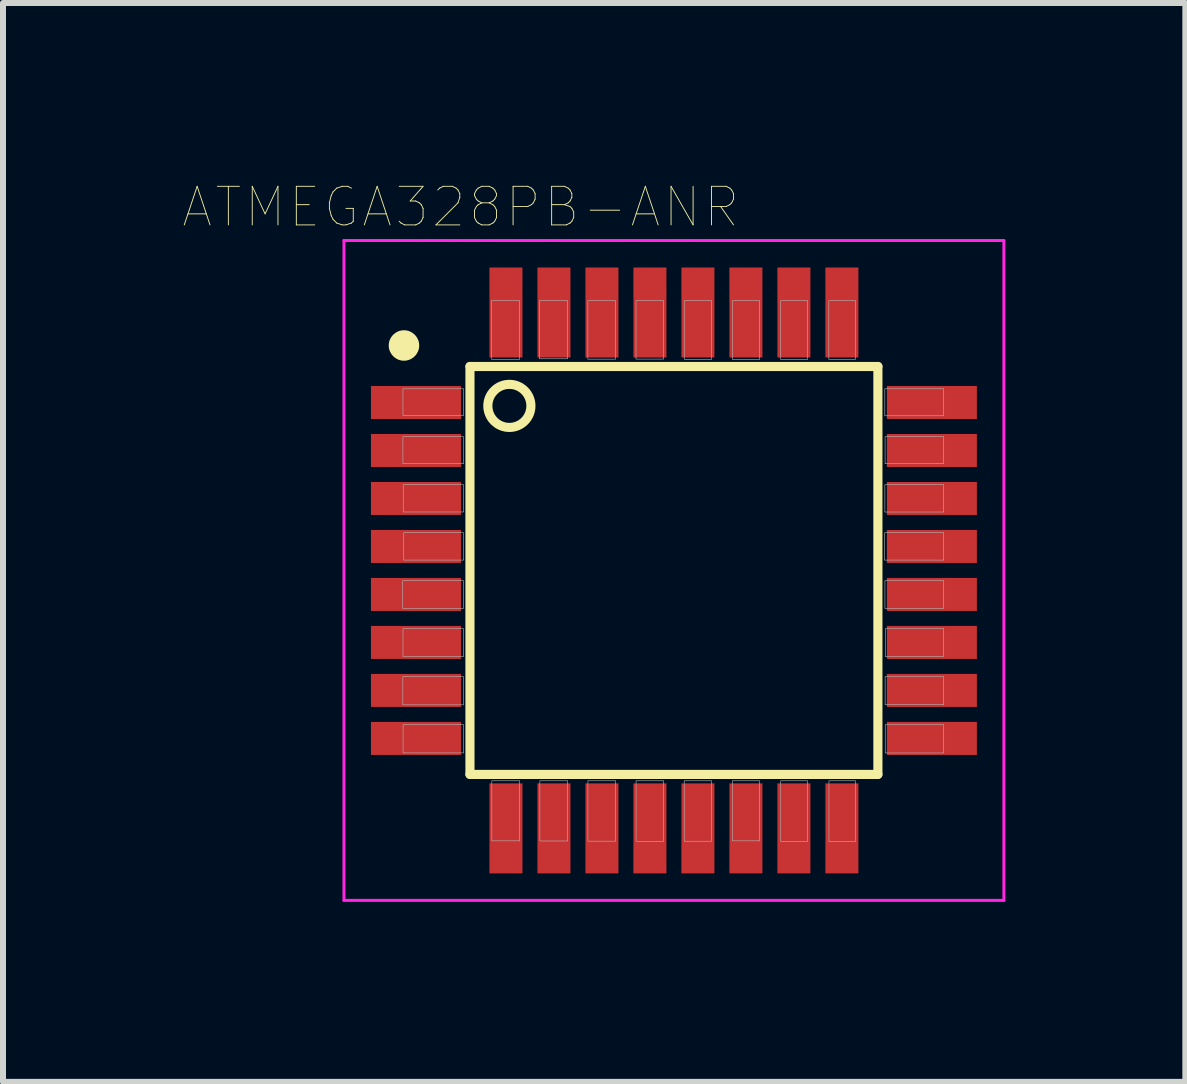
<source format=kicad_pcb>
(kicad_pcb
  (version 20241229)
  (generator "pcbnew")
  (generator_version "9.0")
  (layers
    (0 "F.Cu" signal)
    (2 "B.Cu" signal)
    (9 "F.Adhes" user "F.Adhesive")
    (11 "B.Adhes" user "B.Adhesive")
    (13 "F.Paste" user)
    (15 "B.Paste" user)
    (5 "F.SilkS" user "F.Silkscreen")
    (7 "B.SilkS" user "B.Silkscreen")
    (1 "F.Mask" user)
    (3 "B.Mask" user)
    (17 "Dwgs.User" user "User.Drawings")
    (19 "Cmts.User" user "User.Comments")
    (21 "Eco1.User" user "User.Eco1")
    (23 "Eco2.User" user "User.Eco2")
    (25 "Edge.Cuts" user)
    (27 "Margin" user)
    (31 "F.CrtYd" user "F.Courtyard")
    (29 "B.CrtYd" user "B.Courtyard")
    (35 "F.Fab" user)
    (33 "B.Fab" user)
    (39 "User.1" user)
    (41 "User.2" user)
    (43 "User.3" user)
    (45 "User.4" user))
  (footprint "ATMEGA328PB-ANR"
    (layer "F.Cu")
    (at 8.184 6.459)
    (property "Reference" "ATMEGA328PB-ANR" (at -3.554 -6.057 0) (layer "F.SilkS") (effects (font (size 0.643 0.643) (thickness 0.015))))
    (attr through_hole)
    (fp_line (start -3.4 -3.4) (end 3.4 -3.4) (stroke (width 0.152) (type solid)) (layer "F.SilkS"))
    (fp_line (start -3.4 3.4) (end -3.4 -3.4) (stroke (width 0.152) (type solid)) (layer "F.SilkS"))
    (fp_line (start 3.4 -3.4) (end 3.4 3.4) (stroke (width 0.152) (type solid)) (layer "F.SilkS"))
    (fp_line (start 3.4 3.4) (end -3.4 3.4) (stroke (width 0.152) (type solid)) (layer "F.SilkS"))
    (fp_circle (center -4.5 -3.75) (end -4.246 -3.75) (stroke (width 0) (type solid)) (fill yes) (layer "F.SilkS"))
    (fp_circle (center -2.743 -2.743) (end -2.384 -2.743) (stroke (width 0.152) (type solid)) (fill no) (layer "F.SilkS"))
    (fp_line (start -5.5 -5.5) (end -5.5 5.5) (stroke (width 0.05) (type solid)) (layer "F.CrtYd"))
    (fp_line (start -5.5 5.5) (end 5.5 5.5) (stroke (width 0.05) (type solid)) (layer "F.CrtYd"))
    (fp_line (start 5.5 -5.5) (end -5.5 -5.5) (stroke (width 0.05) (type solid)) (layer "F.CrtYd"))
    (fp_line (start 5.5 5.5) (end 5.5 -5.5) (stroke (width 0.05) (type solid)) (layer "F.CrtYd"))
    (fp_poly (pts (xy -4.522 0.171) (xy -3.506 0.171) (xy -3.506 0.632) (xy -4.522 0.632)) (stroke (width 0.01) (type solid)) (fill no) (layer "F.Fab"))
    (fp_poly (pts (xy -4.519 1.771) (xy -3.506 1.771) (xy -3.506 2.24) (xy -4.519 2.24)) (stroke (width 0.01) (type solid)) (fill no) (layer "F.Fab"))
    (fp_poly (pts (xy -4.518 -2.229) (xy -3.506 -2.229) (xy -3.506 -1.78) (xy -4.518 -1.78)) (stroke (width 0.01) (type solid)) (fill no) (layer "F.Fab"))
    (fp_poly (pts (xy -4.517 -3.029) (xy -3.506 -3.029) (xy -3.506 -2.583) (xy -4.517 -2.583)) (stroke (width 0.01) (type solid)) (fill no) (layer "F.Fab"))
    (fp_poly (pts (xy -4.516 0.971) (xy -3.506 0.971) (xy -3.506 1.435) (xy -4.516 1.435)) (stroke (width 0.01) (type solid)) (fill no) (layer "F.Fab"))
    (fp_poly (pts (xy -4.515 2.571) (xy -3.506 2.571) (xy -3.506 3.041) (xy -4.515 3.041)) (stroke (width 0.01) (type solid)) (fill no) (layer "F.Fab"))
    (fp_poly (pts (xy -4.512 -1.429) (xy -3.506 -1.429) (xy -3.506 -0.975) (xy -4.512 -0.975)) (stroke (width 0.01) (type solid)) (fill no) (layer "F.Fab"))
    (fp_poly (pts (xy -4.504 -0.629) (xy -3.506 -0.629) (xy -3.506 -0.172) (xy -4.504 -0.172)) (stroke (width 0.01) (type solid)) (fill no) (layer "F.Fab"))
    (fp_poly (pts (xy -3.041 -4.497) (xy -2.571 -4.497) (xy -2.571 -3.52) (xy -3.041 -3.52)) (stroke (width 0.01) (type solid)) (fill no) (layer "F.Fab"))
    (fp_poly (pts (xy -3.036 3.506) (xy -2.571 3.506) (xy -2.571 4.507) (xy -3.036 4.507)) (stroke (width 0.01) (type solid)) (fill no) (layer "F.Fab"))
    (fp_poly (pts (xy -2.243 -4.497) (xy -1.771 -4.497) (xy -1.771 -3.529) (xy -2.243 -3.529)) (stroke (width 0.01) (type solid)) (fill no) (layer "F.Fab"))
    (fp_poly (pts (xy -2.235 3.506) (xy -1.771 3.506) (xy -1.771 4.51) (xy -2.235 4.51)) (stroke (width 0.01) (type solid)) (fill no) (layer "F.Fab"))
    (fp_poly (pts (xy -1.435 -4.497) (xy -0.971 -4.497) (xy -0.971 -3.522) (xy -1.435 -3.522)) (stroke (width 0.01) (type solid)) (fill no) (layer "F.Fab"))
    (fp_poly (pts (xy -1.434 3.506) (xy -0.971 3.506) (xy -0.971 4.513) (xy -1.434 4.513)) (stroke (width 0.01) (type solid)) (fill no) (layer "F.Fab"))
    (fp_poly (pts (xy -0.632 -4.497) (xy -0.171 -4.497) (xy -0.171 -3.523) (xy -0.632 -3.523)) (stroke (width 0.01) (type solid)) (fill no) (layer "F.Fab"))
    (fp_poly (pts (xy -0.631 3.506) (xy -0.171 3.506) (xy -0.171 4.515) (xy -0.631 4.515)) (stroke (width 0.01) (type solid)) (fill no) (layer "F.Fab"))
    (fp_poly (pts (xy 0.172 -4.497) (xy 0.629 -4.497) (xy 0.629 -3.52) (xy 0.172 -3.52)) (stroke (width 0.01) (type solid)) (fill no) (layer "F.Fab"))
    (fp_poly (pts (xy 0.172 3.506) (xy 0.629 3.506) (xy 0.629 4.514) (xy 0.172 4.514)) (stroke (width 0.01) (type solid)) (fill no) (layer "F.Fab"))
    (fp_poly (pts (xy 0.974 3.506) (xy 1.429 3.506) (xy 1.429 4.507) (xy 0.974 4.507)) (stroke (width 0.01) (type solid)) (fill no) (layer "F.Fab"))
    (fp_poly (pts (xy 0.974 -4.497) (xy 1.429 -4.497) (xy 1.429 -3.517) (xy 0.974 -3.517)) (stroke (width 0.01) (type solid)) (fill no) (layer "F.Fab"))
    (fp_poly (pts (xy 1.777 -4.497) (xy 2.229 -4.497) (xy 2.229 -3.518) (xy 1.777 -3.518)) (stroke (width 0.01) (type solid)) (fill no) (layer "F.Fab"))
    (fp_poly (pts (xy 1.78 3.506) (xy 2.229 3.506) (xy 2.229 4.518) (xy 1.78 4.518)) (stroke (width 0.01) (type solid)) (fill no) (layer "F.Fab"))
    (fp_poly (pts (xy 2.582 -4.497) (xy 3.029 -4.497) (xy 3.029 -3.52) (xy 2.582 -3.52)) (stroke (width 0.01) (type solid)) (fill no) (layer "F.Fab"))
    (fp_poly (pts (xy 2.584 3.506) (xy 3.029 3.506) (xy 3.029 4.518) (xy 2.584 4.518)) (stroke (width 0.01) (type solid)) (fill no) (layer "F.Fab"))
    (fp_poly (pts (xy 3.512 -0.629) (xy 4.497 -0.629) (xy 4.497 -0.172) (xy 3.512 -0.172)) (stroke (width 0.01) (type solid)) (fill no) (layer "F.Fab"))
    (fp_poly (pts (xy 3.515 -3.029) (xy 4.497 -3.029) (xy 4.497 -2.578) (xy 3.515 -2.578)) (stroke (width 0.01) (type solid)) (fill no) (layer "F.Fab"))
    (fp_poly (pts (xy 3.516 -1.429) (xy 4.497 -1.429) (xy 4.497 -0.974) (xy 3.516 -0.974)) (stroke (width 0.01) (type solid)) (fill no) (layer "F.Fab"))
    (fp_poly (pts (xy 3.517 0.171) (xy 4.497 0.171) (xy 4.497 0.631) (xy 3.517 0.631)) (stroke (width 0.01) (type solid)) (fill no) (layer "F.Fab"))
    (fp_poly (pts (xy 3.52 -2.229) (xy 4.497 -2.229) (xy 4.497 -1.779) (xy 3.52 -1.779)) (stroke (width 0.01) (type solid)) (fill no) (layer "F.Fab"))
    (fp_poly (pts (xy 3.521 1.771) (xy 4.497 1.771) (xy 4.497 2.238) (xy 3.521 2.238)) (stroke (width 0.01) (type solid)) (fill no) (layer "F.Fab"))
    (fp_poly (pts (xy 3.523 2.571) (xy 4.497 2.571) (xy 4.497 3.043) (xy 3.523 3.043)) (stroke (width 0.01) (type solid)) (fill no) (layer "F.Fab"))
    (fp_poly (pts (xy 3.524 0.971) (xy 4.497 0.971) (xy 4.497 1.436) (xy 3.524 1.436)) (stroke (width 0.01) (type solid)) (fill no) (layer "F.Fab"))
    (pad "1" smd rect (at -4.3 -2.8) (size 1.5 0.55) (layers "F.Cu" "F.Mask" "F.Paste"))
    (pad "2" smd rect (at -4.3 -2) (size 1.5 0.55) (layers "F.Cu" "F.Mask" "F.Paste"))
    (pad "3" smd rect (at -4.3 -1.2) (size 1.5 0.55) (layers "F.Cu" "F.Mask" "F.Paste"))
    (pad "4" smd rect (at -4.3 -0.4) (size 1.5 0.55) (layers "F.Cu" "F.Mask" "F.Paste"))
    (pad "5" smd rect (at -4.3 0.4) (size 1.5 0.55) (layers "F.Cu" "F.Mask" "F.Paste"))
    (pad "6" smd rect (at -4.3 1.2) (size 1.5 0.55) (layers "F.Cu" "F.Mask" "F.Paste"))
    (pad "7" smd rect (at -4.3 2) (size 1.5 0.55) (layers "F.Cu" "F.Mask" "F.Paste"))
    (pad "8" smd rect (at -4.3 2.8) (size 1.5 0.55) (layers "F.Cu" "F.Mask" "F.Paste"))
    (pad "9" smd rect (at -2.8 4.3) (size 0.55 1.5) (layers "F.Cu" "F.Mask" "F.Paste"))
    (pad "10" smd rect (at -2 4.3) (size 0.55 1.5) (layers "F.Cu" "F.Mask" "F.Paste"))
    (pad "11" smd rect (at -1.2 4.3) (size 0.55 1.5) (layers "F.Cu" "F.Mask" "F.Paste"))
    (pad "12" smd rect (at -0.4 4.3) (size 0.55 1.5) (layers "F.Cu" "F.Mask" "F.Paste"))
    (pad "13" smd rect (at 0.4 4.3) (size 0.55 1.5) (layers "F.Cu" "F.Mask" "F.Paste"))
    (pad "14" smd rect (at 1.2 4.3) (size 0.55 1.5) (layers "F.Cu" "F.Mask" "F.Paste"))
    (pad "15" smd rect (at 2 4.3) (size 0.55 1.5) (layers "F.Cu" "F.Mask" "F.Paste"))
    (pad "16" smd rect (at 2.8 4.3) (size 0.55 1.5) (layers "F.Cu" "F.Mask" "F.Paste"))
    (pad "17" smd rect (at 4.3 2.8) (size 1.5 0.55) (layers "F.Cu" "F.Mask" "F.Paste"))
    (pad "18" smd rect (at 4.3 2) (size 1.5 0.55) (layers "F.Cu" "F.Mask" "F.Paste"))
    (pad "19" smd rect (at 4.3 1.2) (size 1.5 0.55) (layers "F.Cu" "F.Mask" "F.Paste"))
    (pad "20" smd rect (at 4.3 0.4) (size 1.5 0.55) (layers "F.Cu" "F.Mask" "F.Paste"))
    (pad "21" smd rect (at 4.3 -0.4) (size 1.5 0.55) (layers "F.Cu" "F.Mask" "F.Paste"))
    (pad "22" smd rect (at 4.3 -1.2) (size 1.5 0.55) (layers "F.Cu" "F.Mask" "F.Paste"))
    (pad "23" smd rect (at 4.3 -2) (size 1.5 0.55) (layers "F.Cu" "F.Mask" "F.Paste"))
    (pad "24" smd rect (at 4.3 -2.8) (size 1.5 0.55) (layers "F.Cu" "F.Mask" "F.Paste"))
    (pad "25" smd rect (at 2.8 -4.3) (size 0.55 1.5) (layers "F.Cu" "F.Mask" "F.Paste"))
    (pad "26" smd rect (at 2 -4.3) (size 0.55 1.5) (layers "F.Cu" "F.Mask" "F.Paste"))
    (pad "27" smd rect (at 1.2 -4.3) (size 0.55 1.5) (layers "F.Cu" "F.Mask" "F.Paste"))
    (pad "28" smd rect (at 0.4 -4.3) (size 0.55 1.5) (layers "F.Cu" "F.Mask" "F.Paste"))
    (pad "29" smd rect (at -0.4 -4.3) (size 0.55 1.5) (layers "F.Cu" "F.Mask" "F.Paste"))
    (pad "30" smd rect (at -1.2 -4.3) (size 0.55 1.5) (layers "F.Cu" "F.Mask" "F.Paste"))
    (pad "31" smd rect (at -2 -4.3) (size 0.55 1.5) (layers "F.Cu" "F.Mask" "F.Paste"))
    (pad "32" smd rect (at -2.8 -4.3) (size 0.55 1.5) (layers "F.Cu" "F.Mask" "F.Paste")))
  (gr_rect
    (start -3 -3)
    (end 16.709 14.984)
    (stroke (width 0.1) (type default))
    (fill no)
    (layer "Edge.Cuts")))
</source>
